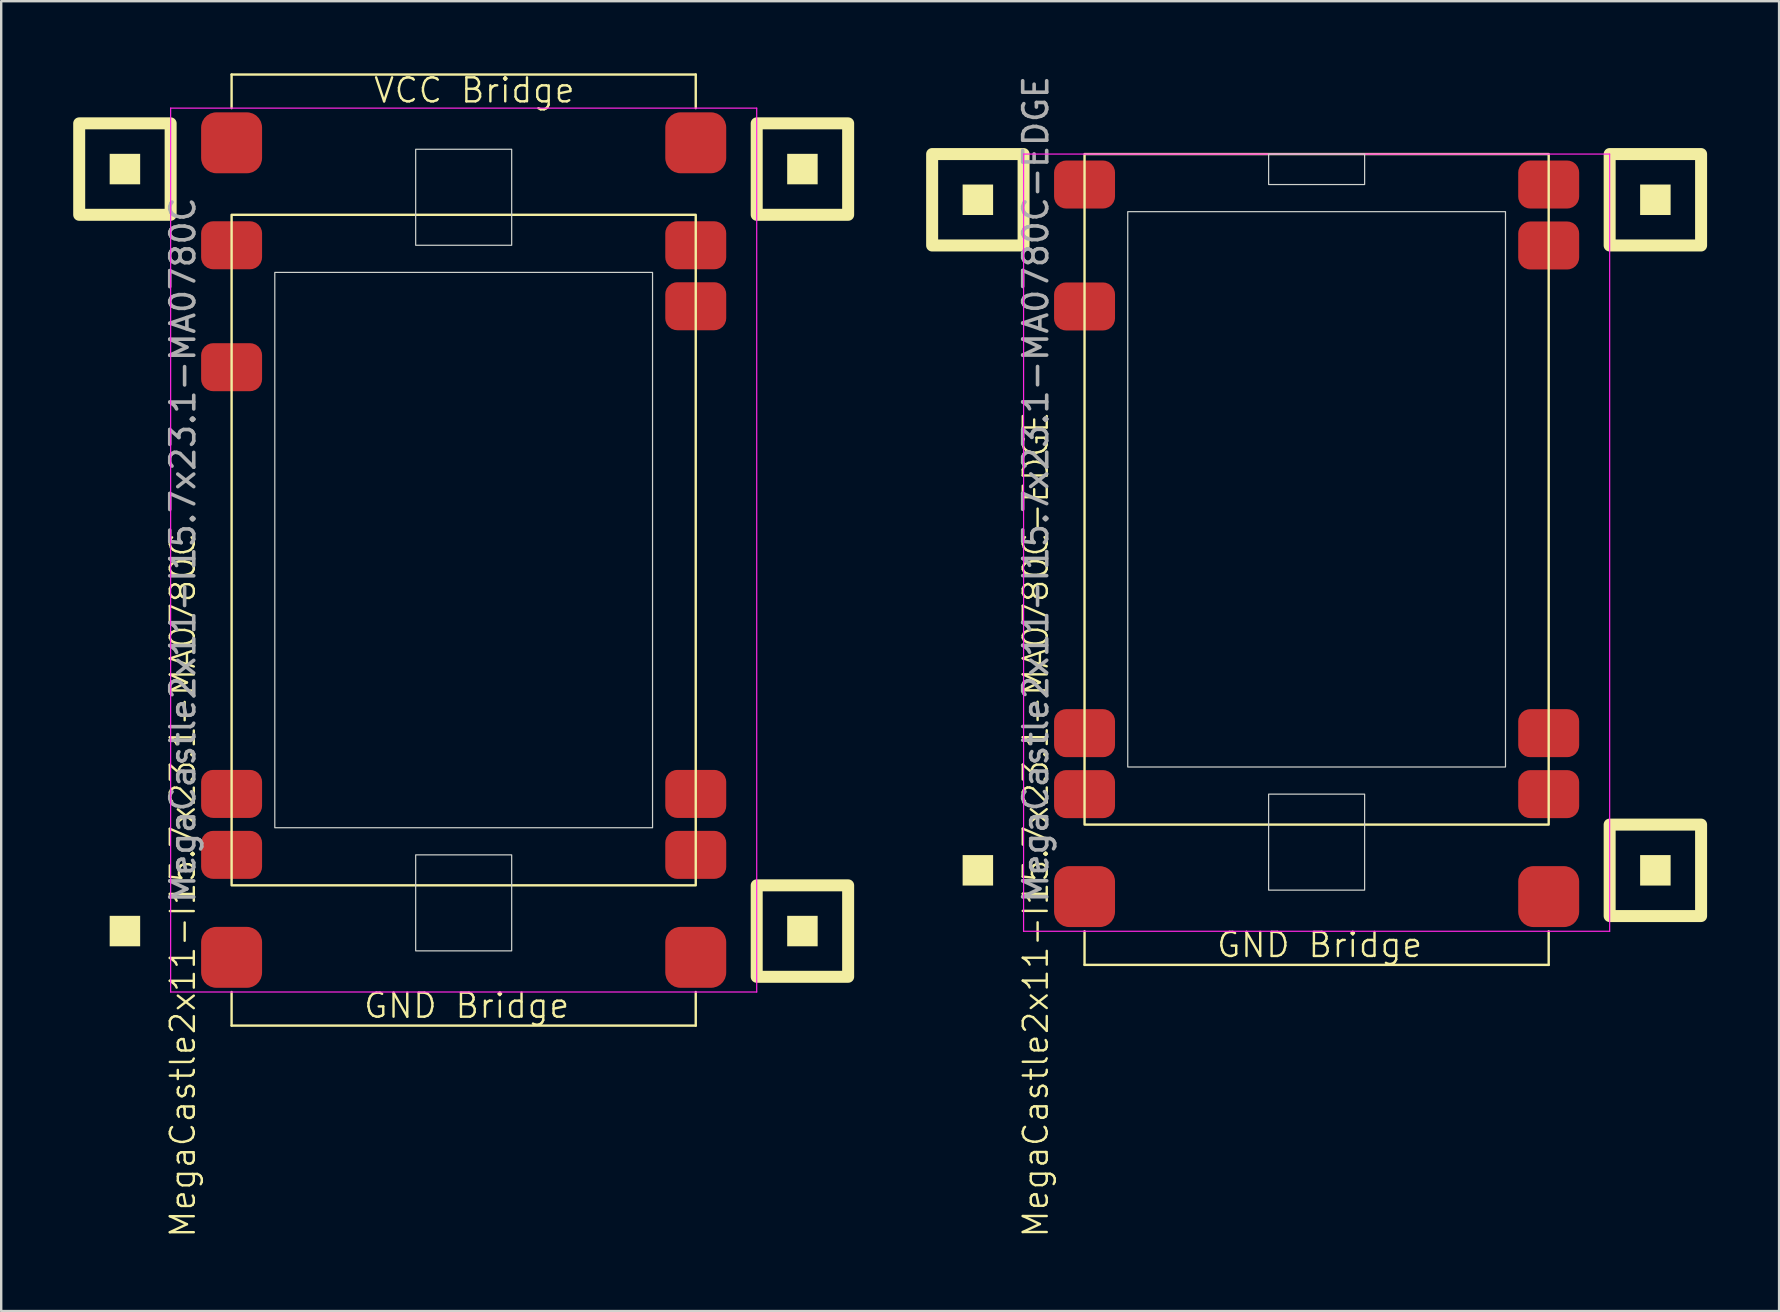
<source format=kicad_pcb>
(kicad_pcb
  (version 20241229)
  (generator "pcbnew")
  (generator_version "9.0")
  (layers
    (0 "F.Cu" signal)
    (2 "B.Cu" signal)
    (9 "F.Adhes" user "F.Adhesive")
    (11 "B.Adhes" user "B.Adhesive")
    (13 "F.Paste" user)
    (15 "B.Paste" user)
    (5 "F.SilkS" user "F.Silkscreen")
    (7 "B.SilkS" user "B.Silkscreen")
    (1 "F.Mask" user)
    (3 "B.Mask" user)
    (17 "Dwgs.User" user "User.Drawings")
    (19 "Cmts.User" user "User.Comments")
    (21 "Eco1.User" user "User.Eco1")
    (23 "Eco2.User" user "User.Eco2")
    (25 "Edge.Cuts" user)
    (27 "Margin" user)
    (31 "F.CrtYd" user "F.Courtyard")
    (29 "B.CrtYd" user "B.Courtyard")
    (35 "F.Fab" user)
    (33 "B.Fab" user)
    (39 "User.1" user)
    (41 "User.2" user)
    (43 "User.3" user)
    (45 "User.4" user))
  (footprint "MegaCastle2x11-I15.7x23.1-MA0780C"
    (layer "F.Cu")
    (at 16.27 19.87)
    (property "Reference" "MegaCastle2x11-I15.7x23.1-MA0780C" (at -11.702 13.97 90) (unlocked yes) (layer "F.SilkS") (effects (font (size 1 1) (thickness 0.1))))
    (attr smd)
    (fp_line (start -9.67 -19.815) (end 9.67 -19.815) (stroke (width 0.1) (type default)) (layer "F.SilkS"))
    (fp_line (start -9.67 -18.415) (end -9.67 -19.815) (stroke (width 0.1) (type default)) (layer "F.SilkS"))
    (fp_line (start -9.67 18.415) (end -9.67 19.815) (stroke (width 0.1) (type default)) (layer "F.SilkS"))
    (fp_line (start -9.67 19.815) (end 9.67 19.815) (stroke (width 0.1) (type default)) (layer "F.SilkS"))
    (fp_line (start 9.67 -18.415) (end 9.67 -19.815) (stroke (width 0.1) (type default)) (layer "F.SilkS"))
    (fp_line (start 9.67 18.415) (end 9.67 19.815) (stroke (width 0.1) (type default)) (layer "F.SilkS"))
    (fp_rect (start -13.48 -15.24) (end -14.75 -16.51) (stroke (width 0) (type solid)) (fill yes) (layer "F.SilkS"))
    (fp_rect (start -13.48 16.51) (end -14.75 15.24) (stroke (width 0) (type solid)) (fill yes) (layer "F.SilkS"))
    (fp_rect (start -12.21 -13.97) (end -16.02 -17.78) (stroke (width 0.5) (type default)) (fill no) (layer "F.SilkS"))
    (fp_rect (start -9.67 -13.97) (end 9.67 13.97) (stroke (width 0.1) (type default)) (fill no) (layer "F.SilkS"))
    (fp_rect (start 14.75 -15.24) (end 13.48 -16.51) (stroke (width 0) (type solid)) (fill yes) (layer "F.SilkS"))
    (fp_rect (start 14.75 16.51) (end 13.48 15.24) (stroke (width 0) (type solid)) (fill yes) (layer "F.SilkS"))
    (fp_rect (start 16.02 -13.97) (end 12.21 -17.78) (stroke (width 0.5) (type default)) (fill no) (layer "F.SilkS"))
    (fp_rect (start 16.02 17.78) (end 12.21 13.97) (stroke (width 0.5) (type default)) (fill no) (layer "F.SilkS"))
    (fp_rect (start -7.87 -11.57) (end 7.87 11.57) (stroke (width 0.05) (type default)) (fill no) (layer "Edge.Cuts"))
    (fp_rect (start -2 -12.7) (end 2 -16.7) (stroke (width 0.05) (type default)) (fill no) (layer "Edge.Cuts"))
    (fp_rect (start -2 12.7) (end 2 16.7) (stroke (width 0.05) (type default)) (fill no) (layer "Edge.Cuts"))
    (fp_line (start -12.21 -18.415) (end -12.21 18.415) (stroke (width 0.05) (type default)) (layer "F.CrtYd"))
    (fp_line (start -12.21 18.415) (end 12.21 18.415) (stroke (width 0.05) (type default)) (layer "F.CrtYd"))
    (fp_line (start 12.21 -18.415) (end -12.21 -18.415) (stroke (width 0.05) (type default)) (layer "F.CrtYd"))
    (fp_line (start 12.21 -18.415) (end 12.21 18.415) (stroke (width 0.05) (type default)) (layer "F.CrtYd"))
    (fp_text user "VCC Bridge" (at -3.81 -18.57 0) (unlocked yes) (layer "F.SilkS") (effects (font (size 1 1) (thickness 0.1)) (justify left bottom)))
    (fp_text user "GND Bridge" (at -4.226 19.57 0) (unlocked yes) (layer "F.SilkS") (effects (font (size 1 1) (thickness 0.1)) (justify left bottom)))
    (fp_text user "${REFERENCE}" (at -11.702 0 90) (unlocked yes) (layer "F.Fab") (effects (font (size 1 1) (thickness 0.15))))
    (pad "1" smd roundrect (at -9.67 -12.7) (size 2.54 2) (layers "F.Cu" "F.Mask" "F.Paste") (roundrect_rratio 0.25))
    (pad "3" smd roundrect (at -9.67 -7.62) (size 2.54 2) (layers "F.Cu" "F.Mask" "F.Paste") (roundrect_rratio 0.25))
    (pad "10" smd roundrect (at -9.67 10.16) (size 2.54 2) (layers "F.Cu" "F.Mask" "F.Paste") (roundrect_rratio 0.25))
    (pad "11" smd roundrect (at -9.67 12.7) (size 2.54 2) (layers "F.Cu" "F.Mask" "F.Paste") (roundrect_rratio 0.25))
    (pad "12" smd roundrect (at 9.67 -12.7) (size 2.54 2) (layers "F.Cu" "F.Mask" "F.Paste") (roundrect_rratio 0.25))
    (pad "13" smd roundrect (at 9.67 -10.16) (size 2.54 2) (layers "F.Cu" "F.Mask" "F.Paste") (roundrect_rratio 0.25))
    (pad "21" smd roundrect (at 9.67 10.16) (size 2.54 2) (layers "F.Cu" "F.Mask" "F.Paste") (roundrect_rratio 0.25))
    (pad "22" smd roundrect (at 9.67 12.7) (size 2.54 2) (layers "F.Cu" "F.Mask" "F.Paste") (roundrect_rratio 0.25))
    (pad "A1" smd roundrect (at -9.67 -16.97) (size 2.54 2.54) (layers "F.Cu" "F.Mask" "F.Paste") (roundrect_rratio 0.25))
    (pad "A2" smd roundrect (at 9.67 -16.97) (size 2.54 2.54) (layers "F.Cu" "F.Mask" "F.Paste") (roundrect_rratio 0.25))
    (pad "B1" smd roundrect (at -9.67 16.97) (size 2.54 2.54) (layers "F.Cu" "F.Mask" "F.Paste") (roundrect_rratio 0.25))
    (pad "B2" smd roundrect (at 9.67 16.97) (size 2.54 2.54) (layers "F.Cu" "F.Mask" "F.Paste") (roundrect_rratio 0.25)))
  (footprint "MegaCastle2x11-I15.7x23.1-MA0780C-EDGE"
    (layer "F.Cu")
    (at 51.81 17.339)
    (property "Reference" "MegaCastle2x11-I15.7x23.1-MA0780C-EDGE" (at -11.702 13.97 90) (unlocked yes) (layer "F.SilkS") (effects (font (size 1 1) (thickness 0.1))))
    (attr smd)
    (fp_line (start -9.67 18.415) (end -9.67 19.815) (stroke (width 0.1) (type default)) (layer "F.SilkS"))
    (fp_line (start -9.67 19.815) (end 9.67 19.815) (stroke (width 0.1) (type default)) (layer "F.SilkS"))
    (fp_line (start 9.67 18.415) (end 9.67 19.815) (stroke (width 0.1) (type default)) (layer "F.SilkS"))
    (fp_rect (start -13.48 -11.43) (end -14.75 -12.7) (stroke (width 0) (type solid)) (fill yes) (layer "F.SilkS"))
    (fp_rect (start -13.48 16.51) (end -14.75 15.24) (stroke (width 0) (type solid)) (fill yes) (layer "F.SilkS"))
    (fp_rect (start -12.21 -10.16) (end -16.02 -13.97) (stroke (width 0.5) (type default)) (fill no) (layer "F.SilkS"))
    (fp_rect (start -9.67 -13.97) (end 9.67 13.97) (stroke (width 0.1) (type default)) (fill no) (layer "F.SilkS"))
    (fp_rect (start 14.75 -11.43) (end 13.48 -12.7) (stroke (width 0) (type solid)) (fill yes) (layer "F.SilkS"))
    (fp_rect (start 14.75 16.51) (end 13.48 15.24) (stroke (width 0) (type solid)) (fill yes) (layer "F.SilkS"))
    (fp_rect (start 16.02 -10.16) (end 12.21 -13.97) (stroke (width 0.5) (type default)) (fill no) (layer "F.SilkS"))
    (fp_rect (start 16.02 17.78) (end 12.21 13.97) (stroke (width 0.5) (type default)) (fill no) (layer "F.SilkS"))
    (fp_rect (start -7.87 -11.57) (end 7.87 11.57) (stroke (width 0.05) (type default)) (fill no) (layer "Edge.Cuts"))
    (fp_rect (start -2 -12.7) (end 2 -13.97) (stroke (width 0.05) (type default)) (fill no) (layer "Edge.Cuts"))
    (fp_rect (start -2 12.7) (end 2 16.7) (stroke (width 0.05) (type default)) (fill no) (layer "Edge.Cuts"))
    (fp_line (start -12.21 -13.97) (end -12.21 18.415) (stroke (width 0.05) (type default)) (layer "F.CrtYd"))
    (fp_line (start -12.21 18.415) (end 12.21 18.415) (stroke (width 0.05) (type default)) (layer "F.CrtYd"))
    (fp_line (start 12.21 -13.97) (end -12.21 -13.97) (stroke (width 0.05) (type default)) (layer "F.CrtYd"))
    (fp_line (start 12.21 -13.97) (end 12.21 18.415) (stroke (width 0.05) (type default)) (layer "F.CrtYd"))
    (fp_text user "GND Bridge" (at -4.226 19.57 0) (unlocked yes) (layer "F.SilkS") (effects (font (size 1 1) (thickness 0.1)) (justify left bottom)))
    (fp_text user "${REFERENCE}" (at -11.702 0 90) (unlocked yes) (layer "F.Fab") (effects (font (size 1 1) (thickness 0.15))))
    (pad "1" smd roundrect (at -9.67 -12.7) (size 2.54 2) (layers "F.Cu" "F.Mask" "F.Paste") (roundrect_rratio 0.25))
    (pad "3" smd roundrect (at -9.67 -7.62) (size 2.54 2) (layers "F.Cu" "F.Mask" "F.Paste") (roundrect_rratio 0.25))
    (pad "10" smd roundrect (at -9.67 10.16) (size 2.54 2) (layers "F.Cu" "F.Mask" "F.Paste") (roundrect_rratio 0.25))
    (pad "11" smd roundrect (at -9.67 12.7) (size 2.54 2) (layers "F.Cu" "F.Mask" "F.Paste") (roundrect_rratio 0.25))
    (pad "12" smd roundrect (at 9.67 -12.7) (size 2.54 2) (layers "F.Cu" "F.Mask" "F.Paste") (roundrect_rratio 0.25))
    (pad "13" smd roundrect (at 9.67 -10.16) (size 2.54 2) (layers "F.Cu" "F.Mask" "F.Paste") (roundrect_rratio 0.25))
    (pad "21" smd roundrect (at 9.67 10.16) (size 2.54 2) (layers "F.Cu" "F.Mask" "F.Paste") (roundrect_rratio 0.25))
    (pad "22" smd roundrect (at 9.67 12.7) (size 2.54 2) (layers "F.Cu" "F.Mask" "F.Paste") (roundrect_rratio 0.25))
    (pad "B1" smd roundrect (at -9.67 16.97) (size 2.54 2.54) (layers "F.Cu" "F.Mask" "F.Paste") (roundrect_rratio 0.25))
    (pad "B2" smd roundrect (at 9.67 16.97) (size 2.54 2.54) (layers "F.Cu" "F.Mask" "F.Paste") (roundrect_rratio 0.25)))
  (gr_rect
    (start -3 -3)
    (end 71.08 51.58)
    (stroke (width 0.1) (type default))
    (fill no)
    (layer "Edge.Cuts")))
</source>
